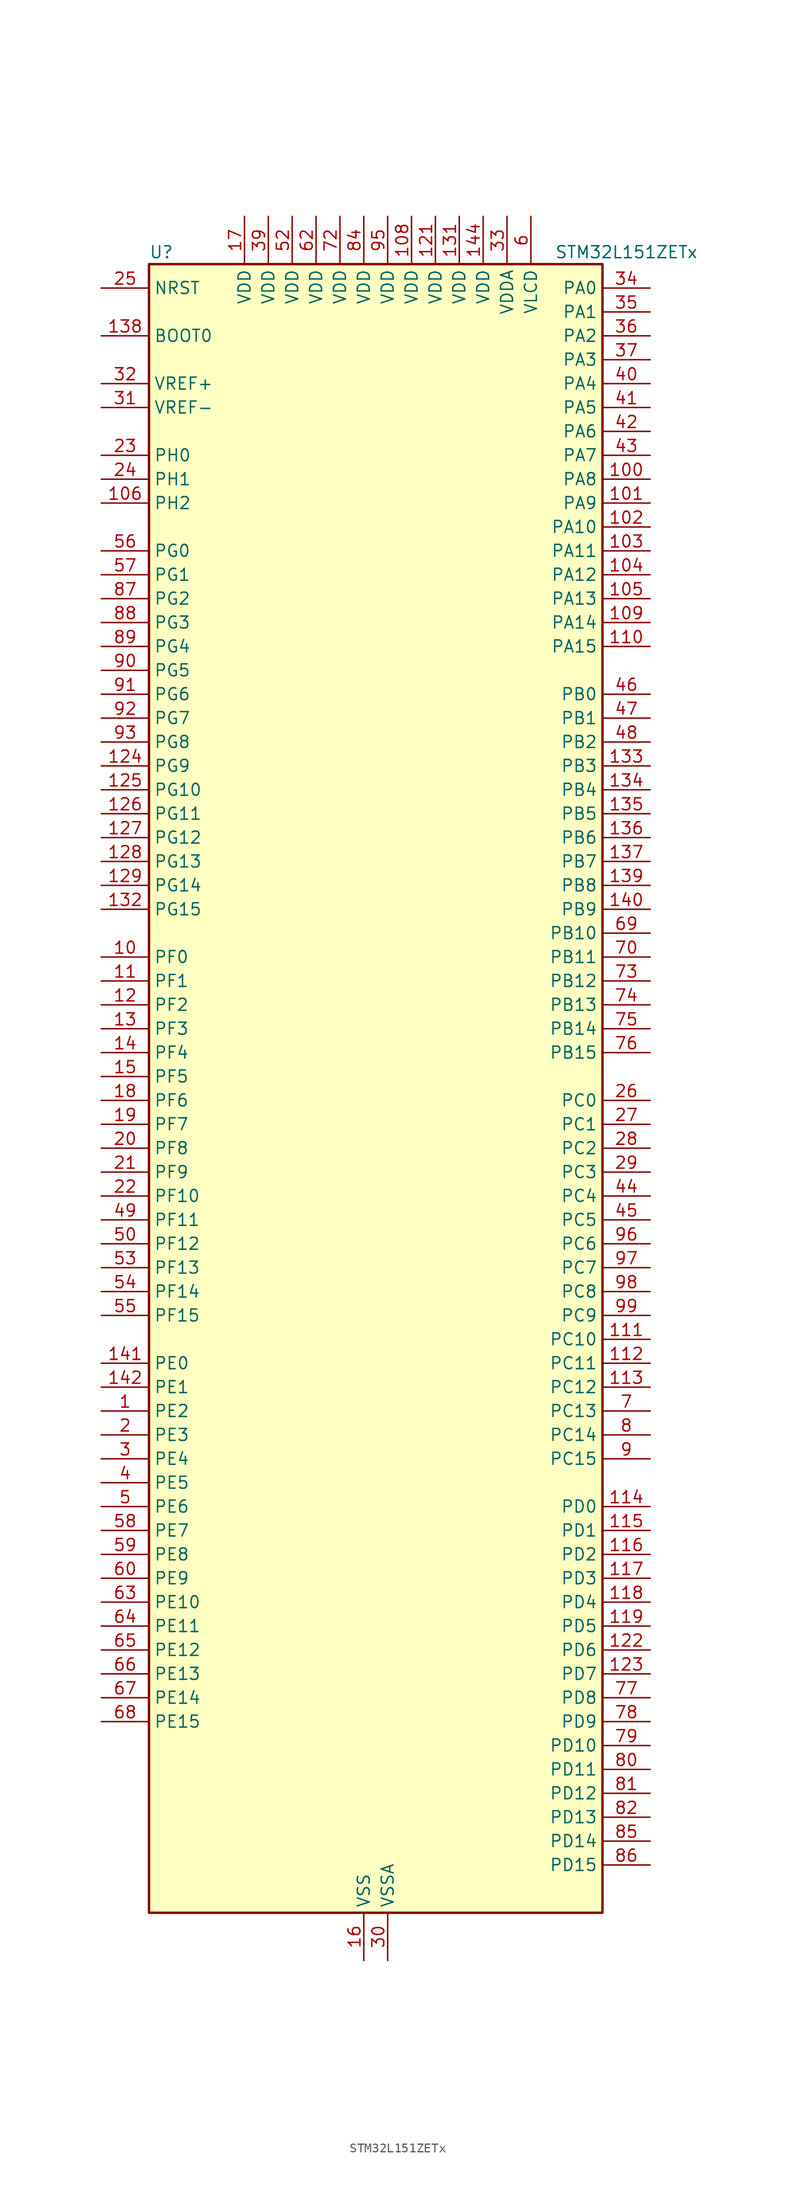
<source format=kicad_sym>
(kicad_symbol_lib
  (version 20220914)
  (generator kicad_symbol_editor)
  (symbol "STM32L151ZETx"
    (property "Reference" "U"
      (at -22.86 90.17 0)
      (effects (font (size 1.27 1.27)) (justify left)))
    (property "Value" "STM32L151ZETx"
      (at 20.32 90.17 0)
      (effects (font (size 1.27 1.27)) (justify left)))
    (property "ki_locked" ""
      (at 0 0 0)
      (effects (font (size 1.27 1.27))))
    (symbol "STM32L151ZETx_0_1"
      (rectangle (start -22.86 -86.36) (end 25.4 88.9) (stroke (width 0.254) (type default)) (fill (type background))))
    (symbol "STM32L151ZETx_1_1"
      (pin bidirectional line (at -27.94 -33.02 0) (length 5.08) (name "PE2" (effects (font (size 1.27 1.27)))) (number "1" (effects (font (size 1.27 1.27)))) (alternate "SYS_TRACECK" bidirectional line) (alternate "TIM3_ETR" bidirectional line) (alternate "TIMX_IC3" bidirectional line))
      (pin bidirectional line (at -27.94 15.24 0) (length 5.08) (name "PF0" (effects (font (size 1.27 1.27)))) (number "10" (effects (font (size 1.27 1.27)))))
      (pin bidirectional line (at 30.48 66.04 180) (length 5.08) (name "PA8" (effects (font (size 1.27 1.27)))) (number "100" (effects (font (size 1.27 1.27)))) (alternate "RCC_MCO" bidirectional line) (alternate "TIMX_IC1" bidirectional line) (alternate "TS_G4_IO1" bidirectional line) (alternate "USART1_CK" bidirectional line))
      (pin bidirectional line (at 30.48 63.5 180) (length 5.08) (name "PA9" (effects (font (size 1.27 1.27)))) (number "101" (effects (font (size 1.27 1.27)))) (alternate "DAC_EXTI9" bidirectional line) (alternate "TIMX_IC2" bidirectional line) (alternate "TS_G4_IO2" bidirectional line) (alternate "USART1_TX" bidirectional line))
      (pin bidirectional line (at 30.48 60.96 180) (length 5.08) (name "PA10" (effects (font (size 1.27 1.27)))) (number "102" (effects (font (size 1.27 1.27)))) (alternate "TIMX_IC3" bidirectional line) (alternate "TS_G4_IO3" bidirectional line) (alternate "USART1_RX" bidirectional line))
      (pin bidirectional line (at 30.48 58.42 180) (length 5.08) (name "PA11" (effects (font (size 1.27 1.27)))) (number "103" (effects (font (size 1.27 1.27)))) (alternate "ADC_EXTI11" bidirectional line) (alternate "SPI1_MISO" bidirectional line) (alternate "TIMX_IC4" bidirectional line) (alternate "USART1_CTS" bidirectional line) (alternate "USB_DM" bidirectional line))
      (pin bidirectional line (at 30.48 55.88 180) (length 5.08) (name "PA12" (effects (font (size 1.27 1.27)))) (number "104" (effects (font (size 1.27 1.27)))) (alternate "SPI1_MOSI" bidirectional line) (alternate "TIMX_IC1" bidirectional line) (alternate "USART1_RTS" bidirectional line) (alternate "USB_DP" bidirectional line))
      (pin bidirectional line (at 30.48 53.34 180) (length 5.08) (name "PA13" (effects (font (size 1.27 1.27)))) (number "105" (effects (font (size 1.27 1.27)))) (alternate "SYS_JTMS-SWDIO" bidirectional line) (alternate "TIMX_IC2" bidirectional line) (alternate "TS_G5_IO1" bidirectional line))
      (pin bidirectional line (at -27.94 63.5 0) (length 5.08) (name "PH2" (effects (font (size 1.27 1.27)))) (number "106" (effects (font (size 1.27 1.27)))))
      (pin passive line (at 0 -91.44 90) (length 5.08) hide (name "VSS" (effects (font (size 1.27 1.27)))) (number "107" (effects (font (size 1.27 1.27)))))
      (pin power_in line (at 5.08 93.98 270) (length 5.08) (name "VDD" (effects (font (size 1.27 1.27)))) (number "108" (effects (font (size 1.27 1.27)))))
      (pin bidirectional line (at 30.48 50.8 180) (length 5.08) (name "PA14" (effects (font (size 1.27 1.27)))) (number "109" (effects (font (size 1.27 1.27)))) (alternate "SYS_JTCK-SWCLK" bidirectional line) (alternate "TIMX_IC3" bidirectional line) (alternate "TS_G5_IO2" bidirectional line))
      (pin bidirectional line (at -27.94 12.7 0) (length 5.08) (name "PF1" (effects (font (size 1.27 1.27)))) (number "11" (effects (font (size 1.27 1.27)))))
      (pin bidirectional line (at 30.48 48.26 180) (length 5.08) (name "PA15" (effects (font (size 1.27 1.27)))) (number "110" (effects (font (size 1.27 1.27)))) (alternate "ADC_EXTI15" bidirectional line) (alternate "I2S3_WS" bidirectional line) (alternate "SPI1_NSS" bidirectional line) (alternate "SPI3_NSS" bidirectional line) (alternate "SYS_JTDI" bidirectional line) (alternate "TIM2_CH1" bidirectional line) (alternate "TIM2_ETR" bidirectional line) (alternate "TIMX_IC4" bidirectional line) (alternate "TS_G5_IO3" bidirectional line))
      (pin bidirectional line (at 30.48 -25.4 180) (length 5.08) (name "PC10" (effects (font (size 1.27 1.27)))) (number "111" (effects (font (size 1.27 1.27)))) (alternate "I2S3_CK" bidirectional line) (alternate "SPI3_SCK" bidirectional line) (alternate "TIMX_IC3" bidirectional line) (alternate "UART4_TX" bidirectional line) (alternate "USART3_TX" bidirectional line))
      (pin bidirectional line (at 30.48 -27.94 180) (length 5.08) (name "PC11" (effects (font (size 1.27 1.27)))) (number "112" (effects (font (size 1.27 1.27)))) (alternate "ADC_EXTI11" bidirectional line) (alternate "SPI3_MISO" bidirectional line) (alternate "TIMX_IC4" bidirectional line) (alternate "UART4_RX" bidirectional line) (alternate "USART3_RX" bidirectional line))
      (pin bidirectional line (at 30.48 -30.48 180) (length 5.08) (name "PC12" (effects (font (size 1.27 1.27)))) (number "113" (effects (font (size 1.27 1.27)))) (alternate "I2S3_SD" bidirectional line) (alternate "SPI3_MOSI" bidirectional line) (alternate "TIMX_IC1" bidirectional line) (alternate "UART5_TX" bidirectional line) (alternate "USART3_CK" bidirectional line))
      (pin bidirectional line (at 30.48 -43.18 180) (length 5.08) (name "PD0" (effects (font (size 1.27 1.27)))) (number "114" (effects (font (size 1.27 1.27)))) (alternate "I2S2_WS" bidirectional line) (alternate "SPI2_NSS" bidirectional line) (alternate "TIM9_CH1" bidirectional line) (alternate "TIMX_IC1" bidirectional line))
      (pin bidirectional line (at 30.48 -45.72 180) (length 5.08) (name "PD1" (effects (font (size 1.27 1.27)))) (number "115" (effects (font (size 1.27 1.27)))) (alternate "I2S2_CK" bidirectional line) (alternate "SPI2_SCK" bidirectional line) (alternate "TIMX_IC2" bidirectional line))
      (pin bidirectional line (at 30.48 -48.26 180) (length 5.08) (name "PD2" (effects (font (size 1.27 1.27)))) (number "116" (effects (font (size 1.27 1.27)))) (alternate "TIM3_ETR" bidirectional line) (alternate "TIMX_IC3" bidirectional line) (alternate "UART5_RX" bidirectional line))
      (pin bidirectional line (at 30.48 -50.8 180) (length 5.08) (name "PD3" (effects (font (size 1.27 1.27)))) (number "117" (effects (font (size 1.27 1.27)))) (alternate "SPI2_MISO" bidirectional line) (alternate "TIMX_IC4" bidirectional line) (alternate "USART2_CTS" bidirectional line))
      (pin bidirectional line (at 30.48 -53.34 180) (length 5.08) (name "PD4" (effects (font (size 1.27 1.27)))) (number "118" (effects (font (size 1.27 1.27)))) (alternate "I2S2_SD" bidirectional line) (alternate "SPI2_MOSI" bidirectional line) (alternate "TIMX_IC1" bidirectional line) (alternate "USART2_RTS" bidirectional line))
      (pin bidirectional line (at 30.48 -55.88 180) (length 5.08) (name "PD5" (effects (font (size 1.27 1.27)))) (number "119" (effects (font (size 1.27 1.27)))) (alternate "TIMX_IC2" bidirectional line) (alternate "USART2_TX" bidirectional line))
      (pin bidirectional line (at -27.94 10.16 0) (length 5.08) (name "PF2" (effects (font (size 1.27 1.27)))) (number "12" (effects (font (size 1.27 1.27)))))
      (pin passive line (at 0 -91.44 90) (length 5.08) hide (name "VSS" (effects (font (size 1.27 1.27)))) (number "120" (effects (font (size 1.27 1.27)))))
      (pin power_in line (at 7.62 93.98 270) (length 5.08) (name "VDD" (effects (font (size 1.27 1.27)))) (number "121" (effects (font (size 1.27 1.27)))))
      (pin bidirectional line (at 30.48 -58.42 180) (length 5.08) (name "PD6" (effects (font (size 1.27 1.27)))) (number "122" (effects (font (size 1.27 1.27)))) (alternate "TIMX_IC3" bidirectional line) (alternate "USART2_RX" bidirectional line))
      (pin bidirectional line (at 30.48 -60.96 180) (length 5.08) (name "PD7" (effects (font (size 1.27 1.27)))) (number "123" (effects (font (size 1.27 1.27)))) (alternate "TIM9_CH2" bidirectional line) (alternate "TIMX_IC4" bidirectional line) (alternate "USART2_CK" bidirectional line))
      (pin bidirectional line (at -27.94 35.56 0) (length 5.08) (name "PG9" (effects (font (size 1.27 1.27)))) (number "124" (effects (font (size 1.27 1.27)))) (alternate "DAC_EXTI9" bidirectional line))
      (pin bidirectional line (at -27.94 33.02 0) (length 5.08) (name "PG10" (effects (font (size 1.27 1.27)))) (number "125" (effects (font (size 1.27 1.27)))))
      (pin bidirectional line (at -27.94 30.48 0) (length 5.08) (name "PG11" (effects (font (size 1.27 1.27)))) (number "126" (effects (font (size 1.27 1.27)))) (alternate "ADC_EXTI11" bidirectional line))
      (pin bidirectional line (at -27.94 27.94 0) (length 5.08) (name "PG12" (effects (font (size 1.27 1.27)))) (number "127" (effects (font (size 1.27 1.27)))))
      (pin bidirectional line (at -27.94 25.4 0) (length 5.08) (name "PG13" (effects (font (size 1.27 1.27)))) (number "128" (effects (font (size 1.27 1.27)))))
      (pin bidirectional line (at -27.94 22.86 0) (length 5.08) (name "PG14" (effects (font (size 1.27 1.27)))) (number "129" (effects (font (size 1.27 1.27)))))
      (pin bidirectional line (at -27.94 7.62 0) (length 5.08) (name "PF3" (effects (font (size 1.27 1.27)))) (number "13" (effects (font (size 1.27 1.27)))))
      (pin passive line (at 0 -91.44 90) (length 5.08) hide (name "VSS" (effects (font (size 1.27 1.27)))) (number "130" (effects (font (size 1.27 1.27)))))
      (pin power_in line (at 10.16 93.98 270) (length 5.08) (name "VDD" (effects (font (size 1.27 1.27)))) (number "131" (effects (font (size 1.27 1.27)))))
      (pin bidirectional line (at -27.94 20.32 0) (length 5.08) (name "PG15" (effects (font (size 1.27 1.27)))) (number "132" (effects (font (size 1.27 1.27)))) (alternate "ADC_EXTI15" bidirectional line))
      (pin bidirectional line (at 30.48 35.56 180) (length 5.08) (name "PB3" (effects (font (size 1.27 1.27)))) (number "133" (effects (font (size 1.27 1.27)))) (alternate "COMP2_INM" bidirectional line) (alternate "I2S3_CK" bidirectional line) (alternate "SPI1_SCK" bidirectional line) (alternate "SPI3_SCK" bidirectional line) (alternate "SYS_JTDO-TRACESWO" bidirectional line) (alternate "TIM2_CH2" bidirectional line))
      (pin bidirectional line (at 30.48 33.02 180) (length 5.08) (name "PB4" (effects (font (size 1.27 1.27)))) (number "134" (effects (font (size 1.27 1.27)))) (alternate "COMP2_INP" bidirectional line) (alternate "SPI1_MISO" bidirectional line) (alternate "SPI3_MISO" bidirectional line) (alternate "SYS_JTRST" bidirectional line) (alternate "TIM3_CH1" bidirectional line) (alternate "TS_G6_IO1" bidirectional line))
      (pin bidirectional line (at 30.48 30.48 180) (length 5.08) (name "PB5" (effects (font (size 1.27 1.27)))) (number "135" (effects (font (size 1.27 1.27)))) (alternate "COMP2_INP" bidirectional line) (alternate "I2C1_SMBA" bidirectional line) (alternate "I2S3_SD" bidirectional line) (alternate "SPI1_MOSI" bidirectional line) (alternate "SPI3_MOSI" bidirectional line) (alternate "TIM3_CH2" bidirectional line) (alternate "TS_G6_IO2" bidirectional line))
      (pin bidirectional line (at 30.48 27.94 180) (length 5.08) (name "PB6" (effects (font (size 1.27 1.27)))) (number "136" (effects (font (size 1.27 1.27)))) (alternate "COMP2_INP" bidirectional line) (alternate "I2C1_SCL" bidirectional line) (alternate "TIM4_CH1" bidirectional line) (alternate "TS_G6_IO3" bidirectional line) (alternate "USART1_TX" bidirectional line))
      (pin bidirectional line (at 30.48 25.4 180) (length 5.08) (name "PB7" (effects (font (size 1.27 1.27)))) (number "137" (effects (font (size 1.27 1.27)))) (alternate "COMP2_INP" bidirectional line) (alternate "I2C1_SDA" bidirectional line) (alternate "SYS_PVD_IN" bidirectional line) (alternate "TIM4_CH2" bidirectional line) (alternate "TS_G6_IO4" bidirectional line) (alternate "USART1_RX" bidirectional line))
      (pin input line (at -27.94 81.28 0) (length 5.08) (name "BOOT0" (effects (font (size 1.27 1.27)))) (number "138" (effects (font (size 1.27 1.27)))))
      (pin bidirectional line (at 30.48 22.86 180) (length 5.08) (name "PB8" (effects (font (size 1.27 1.27)))) (number "139" (effects (font (size 1.27 1.27)))) (alternate "I2C1_SCL" bidirectional line) (alternate "TIM10_CH1" bidirectional line) (alternate "TIM4_CH3" bidirectional line))
      (pin bidirectional line (at -27.94 5.08 0) (length 5.08) (name "PF4" (effects (font (size 1.27 1.27)))) (number "14" (effects (font (size 1.27 1.27)))))
      (pin bidirectional line (at 30.48 20.32 180) (length 5.08) (name "PB9" (effects (font (size 1.27 1.27)))) (number "140" (effects (font (size 1.27 1.27)))) (alternate "DAC_EXTI9" bidirectional line) (alternate "I2C1_SDA" bidirectional line) (alternate "TIM11_CH1" bidirectional line) (alternate "TIM4_CH4" bidirectional line))
      (pin bidirectional line (at -27.94 -27.94 0) (length 5.08) (name "PE0" (effects (font (size 1.27 1.27)))) (number "141" (effects (font (size 1.27 1.27)))) (alternate "TIM10_CH1" bidirectional line) (alternate "TIM4_ETR" bidirectional line) (alternate "TIMX_IC1" bidirectional line))
      (pin bidirectional line (at -27.94 -30.48 0) (length 5.08) (name "PE1" (effects (font (size 1.27 1.27)))) (number "142" (effects (font (size 1.27 1.27)))) (alternate "TIM11_CH1" bidirectional line) (alternate "TIMX_IC2" bidirectional line))
      (pin passive line (at 0 -91.44 90) (length 5.08) hide (name "VSS" (effects (font (size 1.27 1.27)))) (number "143" (effects (font (size 1.27 1.27)))))
      (pin power_in line (at 12.7 93.98 270) (length 5.08) (name "VDD" (effects (font (size 1.27 1.27)))) (number "144" (effects (font (size 1.27 1.27)))))
      (pin bidirectional line (at -27.94 2.54 0) (length 5.08) (name "PF5" (effects (font (size 1.27 1.27)))) (number "15" (effects (font (size 1.27 1.27)))))
      (pin power_in line (at 0 -91.44 90) (length 5.08) (name "VSS" (effects (font (size 1.27 1.27)))) (number "16" (effects (font (size 1.27 1.27)))))
      (pin power_in line (at -12.7 93.98 270) (length 5.08) (name "VDD" (effects (font (size 1.27 1.27)))) (number "17" (effects (font (size 1.27 1.27)))))
      (pin bidirectional line (at -27.94 0 0) (length 5.08) (name "PF6" (effects (font (size 1.27 1.27)))) (number "18" (effects (font (size 1.27 1.27)))) (alternate "ADC_IN27" bidirectional line) (alternate "TIM5_CH1" bidirectional line) (alternate "TIM5_ETR" bidirectional line) (alternate "TS_G11_IO1" bidirectional line))
      (pin bidirectional line (at -27.94 -2.54 0) (length 5.08) (name "PF7" (effects (font (size 1.27 1.27)))) (number "19" (effects (font (size 1.27 1.27)))) (alternate "ADC_IN28" bidirectional line) (alternate "COMP1_INP" bidirectional line) (alternate "TIM5_CH2" bidirectional line) (alternate "TS_G11_IO2" bidirectional line))
      (pin bidirectional line (at -27.94 -35.56 0) (length 5.08) (name "PE3" (effects (font (size 1.27 1.27)))) (number "2" (effects (font (size 1.27 1.27)))) (alternate "SYS_TRACED0" bidirectional line) (alternate "TIM3_CH1" bidirectional line) (alternate "TIMX_IC4" bidirectional line))
      (pin bidirectional line (at -27.94 -5.08 0) (length 5.08) (name "PF8" (effects (font (size 1.27 1.27)))) (number "20" (effects (font (size 1.27 1.27)))) (alternate "ADC_IN29" bidirectional line) (alternate "COMP1_INP" bidirectional line) (alternate "TIM5_CH3" bidirectional line) (alternate "TS_G11_IO3" bidirectional line))
      (pin bidirectional line (at -27.94 -7.62 0) (length 5.08) (name "PF9" (effects (font (size 1.27 1.27)))) (number "21" (effects (font (size 1.27 1.27)))) (alternate "ADC_IN30" bidirectional line) (alternate "COMP1_INP" bidirectional line) (alternate "DAC_EXTI9" bidirectional line) (alternate "TIM5_CH4" bidirectional line) (alternate "TS_G11_IO4" bidirectional line))
      (pin bidirectional line (at -27.94 -10.16 0) (length 5.08) (name "PF10" (effects (font (size 1.27 1.27)))) (number "22" (effects (font (size 1.27 1.27)))) (alternate "ADC_IN31" bidirectional line) (alternate "COMP1_INP" bidirectional line) (alternate "TS_G11_IO5" bidirectional line))
      (pin bidirectional line (at -27.94 68.58 0) (length 5.08) (name "PH0" (effects (font (size 1.27 1.27)))) (number "23" (effects (font (size 1.27 1.27)))) (alternate "RCC_OSC_IN" bidirectional line))
      (pin bidirectional line (at -27.94 66.04 0) (length 5.08) (name "PH1" (effects (font (size 1.27 1.27)))) (number "24" (effects (font (size 1.27 1.27)))) (alternate "RCC_OSC_OUT" bidirectional line))
      (pin input line (at -27.94 86.36 0) (length 5.08) (name "NRST" (effects (font (size 1.27 1.27)))) (number "25" (effects (font (size 1.27 1.27)))))
      (pin bidirectional line (at 30.48 0 180) (length 5.08) (name "PC0" (effects (font (size 1.27 1.27)))) (number "26" (effects (font (size 1.27 1.27)))) (alternate "ADC_IN10" bidirectional line) (alternate "COMP1_INP" bidirectional line) (alternate "TIMX_IC1" bidirectional line) (alternate "TS_G8_IO1" bidirectional line))
      (pin bidirectional line (at 30.48 -2.54 180) (length 5.08) (name "PC1" (effects (font (size 1.27 1.27)))) (number "27" (effects (font (size 1.27 1.27)))) (alternate "ADC_IN11" bidirectional line) (alternate "COMP1_INP" bidirectional line) (alternate "TIMX_IC2" bidirectional line) (alternate "TS_G8_IO2" bidirectional line))
      (pin bidirectional line (at 30.48 -5.08 180) (length 5.08) (name "PC2" (effects (font (size 1.27 1.27)))) (number "28" (effects (font (size 1.27 1.27)))) (alternate "ADC_IN12" bidirectional line) (alternate "COMP1_INP" bidirectional line) (alternate "TIMX_IC3" bidirectional line) (alternate "TS_G8_IO3" bidirectional line))
      (pin bidirectional line (at 30.48 -7.62 180) (length 5.08) (name "PC3" (effects (font (size 1.27 1.27)))) (number "29" (effects (font (size 1.27 1.27)))) (alternate "ADC_IN13" bidirectional line) (alternate "COMP1_INP" bidirectional line) (alternate "TIMX_IC4" bidirectional line) (alternate "TS_G8_IO4" bidirectional line))
      (pin bidirectional line (at -27.94 -38.1 0) (length 5.08) (name "PE4" (effects (font (size 1.27 1.27)))) (number "3" (effects (font (size 1.27 1.27)))) (alternate "SYS_TRACED1" bidirectional line) (alternate "TIM3_CH2" bidirectional line) (alternate "TIMX_IC1" bidirectional line))
      (pin power_in line (at 2.54 -91.44 90) (length 5.08) (name "VSSA" (effects (font (size 1.27 1.27)))) (number "30" (effects (font (size 1.27 1.27)))))
      (pin input line (at -27.94 73.66 0) (length 5.08) (name "VREF-" (effects (font (size 1.27 1.27)))) (number "31" (effects (font (size 1.27 1.27)))))
      (pin input line (at -27.94 76.2 0) (length 5.08) (name "VREF+" (effects (font (size 1.27 1.27)))) (number "32" (effects (font (size 1.27 1.27)))))
      (pin power_in line (at 15.24 93.98 270) (length 5.08) (name "VDDA" (effects (font (size 1.27 1.27)))) (number "33" (effects (font (size 1.27 1.27)))))
      (pin bidirectional line (at 30.48 86.36 180) (length 5.08) (name "PA0" (effects (font (size 1.27 1.27)))) (number "34" (effects (font (size 1.27 1.27)))) (alternate "ADC_IN0" bidirectional line) (alternate "COMP1_INP" bidirectional line) (alternate "RTC_TAMP2" bidirectional line) (alternate "SYS_WKUP1" bidirectional line) (alternate "TIM2_CH1" bidirectional line) (alternate "TIM2_ETR" bidirectional line) (alternate "TIM5_CH1" bidirectional line) (alternate "TIMX_IC1" bidirectional line) (alternate "TS_G1_IO1" bidirectional line) (alternate "USART2_CTS" bidirectional line))
      (pin bidirectional line (at 30.48 83.82 180) (length 5.08) (name "PA1" (effects (font (size 1.27 1.27)))) (number "35" (effects (font (size 1.27 1.27)))) (alternate "ADC_IN1" bidirectional line) (alternate "COMP1_INP" bidirectional line) (alternate "OPAMP1_VINP" bidirectional line) (alternate "TIM2_CH2" bidirectional line) (alternate "TIM5_CH2" bidirectional line) (alternate "TIMX_IC2" bidirectional line) (alternate "TS_G1_IO2" bidirectional line) (alternate "USART2_RTS" bidirectional line))
      (pin bidirectional line (at 30.48 81.28 180) (length 5.08) (name "PA2" (effects (font (size 1.27 1.27)))) (number "36" (effects (font (size 1.27 1.27)))) (alternate "ADC_IN2" bidirectional line) (alternate "COMP1_INP" bidirectional line) (alternate "OPAMP1_VINM" bidirectional line) (alternate "TIM2_CH3" bidirectional line) (alternate "TIM5_CH3" bidirectional line) (alternate "TIM9_CH1" bidirectional line) (alternate "TIMX_IC3" bidirectional line) (alternate "TS_G1_IO3" bidirectional line) (alternate "USART2_TX" bidirectional line))
      (pin bidirectional line (at 30.48 78.74 180) (length 5.08) (name "PA3" (effects (font (size 1.27 1.27)))) (number "37" (effects (font (size 1.27 1.27)))) (alternate "ADC_IN3" bidirectional line) (alternate "COMP1_INP" bidirectional line) (alternate "OPAMP1_VOUT" bidirectional line) (alternate "TIM2_CH4" bidirectional line) (alternate "TIM5_CH4" bidirectional line) (alternate "TIM9_CH2" bidirectional line) (alternate "TIMX_IC4" bidirectional line) (alternate "TS_G1_IO4" bidirectional line) (alternate "USART2_RX" bidirectional line))
      (pin passive line (at 0 -91.44 90) (length 5.08) hide (name "VSS" (effects (font (size 1.27 1.27)))) (number "38" (effects (font (size 1.27 1.27)))))
      (pin power_in line (at -10.16 93.98 270) (length 5.08) (name "VDD" (effects (font (size 1.27 1.27)))) (number "39" (effects (font (size 1.27 1.27)))))
      (pin bidirectional line (at -27.94 -40.64 0) (length 5.08) (name "PE5" (effects (font (size 1.27 1.27)))) (number "4" (effects (font (size 1.27 1.27)))) (alternate "SYS_TRACED2" bidirectional line) (alternate "TIM9_CH1" bidirectional line) (alternate "TIMX_IC2" bidirectional line))
      (pin bidirectional line (at 30.48 76.2 180) (length 5.08) (name "PA4" (effects (font (size 1.27 1.27)))) (number "40" (effects (font (size 1.27 1.27)))) (alternate "ADC_IN4" bidirectional line) (alternate "COMP1_INP" bidirectional line) (alternate "DAC_OUT1" bidirectional line) (alternate "I2S3_WS" bidirectional line) (alternate "SPI1_NSS" bidirectional line) (alternate "SPI3_NSS" bidirectional line) (alternate "TIMX_IC1" bidirectional line) (alternate "USART2_CK" bidirectional line))
      (pin bidirectional line (at 30.48 73.66 180) (length 5.08) (name "PA5" (effects (font (size 1.27 1.27)))) (number "41" (effects (font (size 1.27 1.27)))) (alternate "ADC_IN5" bidirectional line) (alternate "COMP1_INP" bidirectional line) (alternate "DAC_OUT2" bidirectional line) (alternate "SPI1_SCK" bidirectional line) (alternate "TIM2_CH1" bidirectional line) (alternate "TIM2_ETR" bidirectional line) (alternate "TIMX_IC2" bidirectional line))
      (pin bidirectional line (at 30.48 71.12 180) (length 5.08) (name "PA6" (effects (font (size 1.27 1.27)))) (number "42" (effects (font (size 1.27 1.27)))) (alternate "ADC_IN6" bidirectional line) (alternate "COMP1_INP" bidirectional line) (alternate "OPAMP2_VINP" bidirectional line) (alternate "SPI1_MISO" bidirectional line) (alternate "TIM10_CH1" bidirectional line) (alternate "TIM3_CH1" bidirectional line) (alternate "TIMX_IC3" bidirectional line) (alternate "TS_G2_IO1" bidirectional line))
      (pin bidirectional line (at 30.48 68.58 180) (length 5.08) (name "PA7" (effects (font (size 1.27 1.27)))) (number "43" (effects (font (size 1.27 1.27)))) (alternate "ADC_IN7" bidirectional line) (alternate "COMP1_INP" bidirectional line) (alternate "OPAMP2_VINM" bidirectional line) (alternate "SPI1_MOSI" bidirectional line) (alternate "TIM11_CH1" bidirectional line) (alternate "TIM3_CH2" bidirectional line) (alternate "TIMX_IC4" bidirectional line) (alternate "TS_G2_IO2" bidirectional line))
      (pin bidirectional line (at 30.48 -10.16 180) (length 5.08) (name "PC4" (effects (font (size 1.27 1.27)))) (number "44" (effects (font (size 1.27 1.27)))) (alternate "ADC_IN14" bidirectional line) (alternate "COMP1_INP" bidirectional line) (alternate "TIMX_IC1" bidirectional line) (alternate "TS_G9_IO1" bidirectional line))
      (pin bidirectional line (at 30.48 -12.7 180) (length 5.08) (name "PC5" (effects (font (size 1.27 1.27)))) (number "45" (effects (font (size 1.27 1.27)))) (alternate "ADC_IN15" bidirectional line) (alternate "COMP1_INP" bidirectional line) (alternate "TIMX_IC2" bidirectional line) (alternate "TS_G9_IO2" bidirectional line))
      (pin bidirectional line (at 30.48 43.18 180) (length 5.08) (name "PB0" (effects (font (size 1.27 1.27)))) (number "46" (effects (font (size 1.27 1.27)))) (alternate "ADC_IN8" bidirectional line) (alternate "COMP1_INP" bidirectional line) (alternate "OPAMP2_VOUT" bidirectional line) (alternate "SYS_V_REF_OUT" bidirectional line) (alternate "TIM3_CH3" bidirectional line) (alternate "TS_G3_IO1" bidirectional line))
      (pin bidirectional line (at 30.48 40.64 180) (length 5.08) (name "PB1" (effects (font (size 1.27 1.27)))) (number "47" (effects (font (size 1.27 1.27)))) (alternate "ADC_IN9" bidirectional line) (alternate "COMP1_INP" bidirectional line) (alternate "SYS_V_REF_OUT" bidirectional line) (alternate "TIM3_CH4" bidirectional line) (alternate "TS_G3_IO2" bidirectional line))
      (pin bidirectional line (at 30.48 38.1 180) (length 5.08) (name "PB2" (effects (font (size 1.27 1.27)))) (number "48" (effects (font (size 1.27 1.27)))) (alternate "ADC_IN0b" bidirectional line) (alternate "TS_G3_IO3" bidirectional line))
      (pin bidirectional line (at -27.94 -12.7 0) (length 5.08) (name "PF11" (effects (font (size 1.27 1.27)))) (number "49" (effects (font (size 1.27 1.27)))) (alternate "ADC_EXTI11" bidirectional line) (alternate "ADC_IN1b" bidirectional line) (alternate "TS_G3_IO4" bidirectional line))
      (pin bidirectional line (at -27.94 -43.18 0) (length 5.08) (name "PE6" (effects (font (size 1.27 1.27)))) (number "5" (effects (font (size 1.27 1.27)))) (alternate "RTC_TAMP3" bidirectional line) (alternate "SYS_TRACED3" bidirectional line) (alternate "SYS_WKUP3" bidirectional line) (alternate "TIM9_CH2" bidirectional line) (alternate "TIMX_IC3" bidirectional line))
      (pin bidirectional line (at -27.94 -15.24 0) (length 5.08) (name "PF12" (effects (font (size 1.27 1.27)))) (number "50" (effects (font (size 1.27 1.27)))) (alternate "ADC_IN2b" bidirectional line) (alternate "TS_G3_IO5" bidirectional line))
      (pin passive line (at 0 -91.44 90) (length 5.08) hide (name "VSS" (effects (font (size 1.27 1.27)))) (number "51" (effects (font (size 1.27 1.27)))))
      (pin power_in line (at -7.62 93.98 270) (length 5.08) (name "VDD" (effects (font (size 1.27 1.27)))) (number "52" (effects (font (size 1.27 1.27)))))
      (pin bidirectional line (at -27.94 -17.78 0) (length 5.08) (name "PF13" (effects (font (size 1.27 1.27)))) (number "53" (effects (font (size 1.27 1.27)))) (alternate "ADC_IN3b" bidirectional line) (alternate "TS_G9_IO3" bidirectional line))
      (pin bidirectional line (at -27.94 -20.32 0) (length 5.08) (name "PF14" (effects (font (size 1.27 1.27)))) (number "54" (effects (font (size 1.27 1.27)))) (alternate "ADC_IN6b" bidirectional line) (alternate "TS_G9_IO4" bidirectional line))
      (pin bidirectional line (at -27.94 -22.86 0) (length 5.08) (name "PF15" (effects (font (size 1.27 1.27)))) (number "55" (effects (font (size 1.27 1.27)))) (alternate "ADC_EXTI15" bidirectional line) (alternate "ADC_IN7b" bidirectional line) (alternate "TS_G2_IO3" bidirectional line))
      (pin bidirectional line (at -27.94 58.42 0) (length 5.08) (name "PG0" (effects (font (size 1.27 1.27)))) (number "56" (effects (font (size 1.27 1.27)))) (alternate "ADC_IN8b" bidirectional line) (alternate "TS_G2_IO4" bidirectional line))
      (pin bidirectional line (at -27.94 55.88 0) (length 5.08) (name "PG1" (effects (font (size 1.27 1.27)))) (number "57" (effects (font (size 1.27 1.27)))) (alternate "ADC_IN9b" bidirectional line) (alternate "TS_G2_IO5" bidirectional line))
      (pin bidirectional line (at -27.94 -45.72 0) (length 5.08) (name "PE7" (effects (font (size 1.27 1.27)))) (number "58" (effects (font (size 1.27 1.27)))) (alternate "ADC_IN22" bidirectional line) (alternate "COMP1_INP" bidirectional line) (alternate "TIMX_IC4" bidirectional line))
      (pin bidirectional line (at -27.94 -48.26 0) (length 5.08) (name "PE8" (effects (font (size 1.27 1.27)))) (number "59" (effects (font (size 1.27 1.27)))) (alternate "ADC_IN23" bidirectional line) (alternate "COMP1_INP" bidirectional line) (alternate "TIMX_IC1" bidirectional line))
      (pin power_in line (at 17.78 93.98 270) (length 5.08) (name "VLCD" (effects (font (size 1.27 1.27)))) (number "6" (effects (font (size 1.27 1.27)))))
      (pin bidirectional line (at -27.94 -50.8 0) (length 5.08) (name "PE9" (effects (font (size 1.27 1.27)))) (number "60" (effects (font (size 1.27 1.27)))) (alternate "ADC_IN24" bidirectional line) (alternate "COMP1_INP" bidirectional line) (alternate "DAC_EXTI9" bidirectional line) (alternate "TIM2_CH1" bidirectional line) (alternate "TIM2_ETR" bidirectional line) (alternate "TIMX_IC2" bidirectional line))
      (pin passive line (at 0 -91.44 90) (length 5.08) hide (name "VSS" (effects (font (size 1.27 1.27)))) (number "61" (effects (font (size 1.27 1.27)))))
      (pin power_in line (at -5.08 93.98 270) (length 5.08) (name "VDD" (effects (font (size 1.27 1.27)))) (number "62" (effects (font (size 1.27 1.27)))))
      (pin bidirectional line (at -27.94 -53.34 0) (length 5.08) (name "PE10" (effects (font (size 1.27 1.27)))) (number "63" (effects (font (size 1.27 1.27)))) (alternate "ADC_IN25" bidirectional line) (alternate "COMP1_INP" bidirectional line) (alternate "TIM2_CH2" bidirectional line) (alternate "TIMX_IC3" bidirectional line))
      (pin bidirectional line (at -27.94 -55.88 0) (length 5.08) (name "PE11" (effects (font (size 1.27 1.27)))) (number "64" (effects (font (size 1.27 1.27)))) (alternate "ADC_EXTI11" bidirectional line) (alternate "TIM2_CH3" bidirectional line) (alternate "TIMX_IC4" bidirectional line))
      (pin bidirectional line (at -27.94 -58.42 0) (length 5.08) (name "PE12" (effects (font (size 1.27 1.27)))) (number "65" (effects (font (size 1.27 1.27)))) (alternate "SPI1_NSS" bidirectional line) (alternate "TIM2_CH4" bidirectional line) (alternate "TIMX_IC1" bidirectional line))
      (pin bidirectional line (at -27.94 -60.96 0) (length 5.08) (name "PE13" (effects (font (size 1.27 1.27)))) (number "66" (effects (font (size 1.27 1.27)))) (alternate "SPI1_SCK" bidirectional line) (alternate "TIMX_IC2" bidirectional line))
      (pin bidirectional line (at -27.94 -63.5 0) (length 5.08) (name "PE14" (effects (font (size 1.27 1.27)))) (number "67" (effects (font (size 1.27 1.27)))) (alternate "SPI1_MISO" bidirectional line) (alternate "TIMX_IC3" bidirectional line))
      (pin bidirectional line (at -27.94 -66.04 0) (length 5.08) (name "PE15" (effects (font (size 1.27 1.27)))) (number "68" (effects (font (size 1.27 1.27)))) (alternate "ADC_EXTI15" bidirectional line) (alternate "SPI1_MOSI" bidirectional line) (alternate "TIMX_IC4" bidirectional line))
      (pin bidirectional line (at 30.48 17.78 180) (length 5.08) (name "PB10" (effects (font (size 1.27 1.27)))) (number "69" (effects (font (size 1.27 1.27)))) (alternate "I2C2_SCL" bidirectional line) (alternate "TIM2_CH3" bidirectional line) (alternate "USART3_TX" bidirectional line))
      (pin bidirectional line (at 30.48 -33.02 180) (length 5.08) (name "PC13" (effects (font (size 1.27 1.27)))) (number "7" (effects (font (size 1.27 1.27)))) (alternate "RTC_OUT_ALARM" bidirectional line) (alternate "RTC_OUT_CALIB" bidirectional line) (alternate "RTC_TAMP1" bidirectional line) (alternate "RTC_TS" bidirectional line) (alternate "SYS_WKUP2" bidirectional line) (alternate "TIMX_IC2" bidirectional line))
      (pin bidirectional line (at 30.48 15.24 180) (length 5.08) (name "PB11" (effects (font (size 1.27 1.27)))) (number "70" (effects (font (size 1.27 1.27)))) (alternate "ADC_EXTI11" bidirectional line) (alternate "I2C2_SDA" bidirectional line) (alternate "TIM2_CH4" bidirectional line) (alternate "USART3_RX" bidirectional line))
      (pin passive line (at 0 -91.44 90) (length 5.08) hide (name "VSS" (effects (font (size 1.27 1.27)))) (number "71" (effects (font (size 1.27 1.27)))))
      (pin power_in line (at -2.54 93.98 270) (length 5.08) (name "VDD" (effects (font (size 1.27 1.27)))) (number "72" (effects (font (size 1.27 1.27)))))
      (pin bidirectional line (at 30.48 12.7 180) (length 5.08) (name "PB12" (effects (font (size 1.27 1.27)))) (number "73" (effects (font (size 1.27 1.27)))) (alternate "ADC_IN18" bidirectional line) (alternate "COMP1_INP" bidirectional line) (alternate "I2C2_SMBA" bidirectional line) (alternate "I2S2_WS" bidirectional line) (alternate "SPI2_NSS" bidirectional line) (alternate "TIM10_CH1" bidirectional line) (alternate "TS_G7_IO1" bidirectional line) (alternate "USART3_CK" bidirectional line))
      (pin bidirectional line (at 30.48 10.16 180) (length 5.08) (name "PB13" (effects (font (size 1.27 1.27)))) (number "74" (effects (font (size 1.27 1.27)))) (alternate "ADC_IN19" bidirectional line) (alternate "COMP1_INP" bidirectional line) (alternate "I2S2_CK" bidirectional line) (alternate "SPI2_SCK" bidirectional line) (alternate "TIM9_CH1" bidirectional line) (alternate "TS_G7_IO2" bidirectional line) (alternate "USART3_CTS" bidirectional line))
      (pin bidirectional line (at 30.48 7.62 180) (length 5.08) (name "PB14" (effects (font (size 1.27 1.27)))) (number "75" (effects (font (size 1.27 1.27)))) (alternate "ADC_IN20" bidirectional line) (alternate "COMP1_INP" bidirectional line) (alternate "SPI2_MISO" bidirectional line) (alternate "TIM9_CH2" bidirectional line) (alternate "TS_G7_IO3" bidirectional line) (alternate "USART3_RTS" bidirectional line))
      (pin bidirectional line (at 30.48 5.08 180) (length 5.08) (name "PB15" (effects (font (size 1.27 1.27)))) (number "76" (effects (font (size 1.27 1.27)))) (alternate "ADC_EXTI15" bidirectional line) (alternate "ADC_IN21" bidirectional line) (alternate "COMP1_INP" bidirectional line) (alternate "I2S2_SD" bidirectional line) (alternate "RTC_REFIN" bidirectional line) (alternate "SPI2_MOSI" bidirectional line) (alternate "TIM11_CH1" bidirectional line) (alternate "TS_G7_IO4" bidirectional line))
      (pin bidirectional line (at 30.48 -63.5 180) (length 5.08) (name "PD8" (effects (font (size 1.27 1.27)))) (number "77" (effects (font (size 1.27 1.27)))) (alternate "TIMX_IC1" bidirectional line) (alternate "USART3_TX" bidirectional line))
      (pin bidirectional line (at 30.48 -66.04 180) (length 5.08) (name "PD9" (effects (font (size 1.27 1.27)))) (number "78" (effects (font (size 1.27 1.27)))) (alternate "DAC_EXTI9" bidirectional line) (alternate "TIMX_IC2" bidirectional line) (alternate "USART3_RX" bidirectional line))
      (pin bidirectional line (at 30.48 -68.58 180) (length 5.08) (name "PD10" (effects (font (size 1.27 1.27)))) (number "79" (effects (font (size 1.27 1.27)))) (alternate "TIMX_IC3" bidirectional line) (alternate "USART3_CK" bidirectional line))
      (pin bidirectional line (at 30.48 -35.56 180) (length 5.08) (name "PC14" (effects (font (size 1.27 1.27)))) (number "8" (effects (font (size 1.27 1.27)))) (alternate "RCC_OSC32_IN" bidirectional line) (alternate "TIMX_IC3" bidirectional line))
      (pin bidirectional line (at 30.48 -71.12 180) (length 5.08) (name "PD11" (effects (font (size 1.27 1.27)))) (number "80" (effects (font (size 1.27 1.27)))) (alternate "ADC_EXTI11" bidirectional line) (alternate "TIMX_IC4" bidirectional line) (alternate "USART3_CTS" bidirectional line))
      (pin bidirectional line (at 30.48 -73.66 180) (length 5.08) (name "PD12" (effects (font (size 1.27 1.27)))) (number "81" (effects (font (size 1.27 1.27)))) (alternate "TIM4_CH1" bidirectional line) (alternate "TIMX_IC1" bidirectional line) (alternate "USART3_RTS" bidirectional line))
      (pin bidirectional line (at 30.48 -76.2 180) (length 5.08) (name "PD13" (effects (font (size 1.27 1.27)))) (number "82" (effects (font (size 1.27 1.27)))) (alternate "TIM4_CH2" bidirectional line) (alternate "TIMX_IC2" bidirectional line))
      (pin passive line (at 0 -91.44 90) (length 5.08) hide (name "VSS" (effects (font (size 1.27 1.27)))) (number "83" (effects (font (size 1.27 1.27)))))
      (pin power_in line (at 0 93.98 270) (length 5.08) (name "VDD" (effects (font (size 1.27 1.27)))) (number "84" (effects (font (size 1.27 1.27)))))
      (pin bidirectional line (at 30.48 -78.74 180) (length 5.08) (name "PD14" (effects (font (size 1.27 1.27)))) (number "85" (effects (font (size 1.27 1.27)))) (alternate "TIM4_CH3" bidirectional line) (alternate "TIMX_IC3" bidirectional line))
      (pin bidirectional line (at 30.48 -81.28 180) (length 5.08) (name "PD15" (effects (font (size 1.27 1.27)))) (number "86" (effects (font (size 1.27 1.27)))) (alternate "ADC_EXTI15" bidirectional line) (alternate "TIM4_CH4" bidirectional line) (alternate "TIMX_IC4" bidirectional line))
      (pin bidirectional line (at -27.94 53.34 0) (length 5.08) (name "PG2" (effects (font (size 1.27 1.27)))) (number "87" (effects (font (size 1.27 1.27)))) (alternate "ADC_IN10b" bidirectional line) (alternate "TS_G7_IO5" bidirectional line))
      (pin bidirectional line (at -27.94 50.8 0) (length 5.08) (name "PG3" (effects (font (size 1.27 1.27)))) (number "88" (effects (font (size 1.27 1.27)))) (alternate "ADC_IN11b" bidirectional line) (alternate "TS_G7_IO6" bidirectional line))
      (pin bidirectional line (at -27.94 48.26 0) (length 5.08) (name "PG4" (effects (font (size 1.27 1.27)))) (number "89" (effects (font (size 1.27 1.27)))) (alternate "ADC_IN12b" bidirectional line) (alternate "TS_G7_IO7" bidirectional line))
      (pin bidirectional line (at 30.48 -38.1 180) (length 5.08) (name "PC15" (effects (font (size 1.27 1.27)))) (number "9" (effects (font (size 1.27 1.27)))) (alternate "ADC_EXTI15" bidirectional line) (alternate "RCC_OSC32_OUT" bidirectional line) (alternate "TIMX_IC4" bidirectional line))
      (pin bidirectional line (at -27.94 45.72 0) (length 5.08) (name "PG5" (effects (font (size 1.27 1.27)))) (number "90" (effects (font (size 1.27 1.27)))))
      (pin bidirectional line (at -27.94 43.18 0) (length 5.08) (name "PG6" (effects (font (size 1.27 1.27)))) (number "91" (effects (font (size 1.27 1.27)))))
      (pin bidirectional line (at -27.94 40.64 0) (length 5.08) (name "PG7" (effects (font (size 1.27 1.27)))) (number "92" (effects (font (size 1.27 1.27)))))
      (pin bidirectional line (at -27.94 38.1 0) (length 5.08) (name "PG8" (effects (font (size 1.27 1.27)))) (number "93" (effects (font (size 1.27 1.27)))))
      (pin passive line (at 0 -91.44 90) (length 5.08) hide (name "VSS" (effects (font (size 1.27 1.27)))) (number "94" (effects (font (size 1.27 1.27)))))
      (pin power_in line (at 2.54 93.98 270) (length 5.08) (name "VDD" (effects (font (size 1.27 1.27)))) (number "95" (effects (font (size 1.27 1.27)))))
      (pin bidirectional line (at 30.48 -15.24 180) (length 5.08) (name "PC6" (effects (font (size 1.27 1.27)))) (number "96" (effects (font (size 1.27 1.27)))) (alternate "I2S2_MCK" bidirectional line) (alternate "TIM3_CH1" bidirectional line) (alternate "TIMX_IC3" bidirectional line) (alternate "TS_G10_IO1" bidirectional line))
      (pin bidirectional line (at 30.48 -17.78 180) (length 5.08) (name "PC7" (effects (font (size 1.27 1.27)))) (number "97" (effects (font (size 1.27 1.27)))) (alternate "I2S3_MCK" bidirectional line) (alternate "TIM3_CH2" bidirectional line) (alternate "TIMX_IC4" bidirectional line) (alternate "TS_G10_IO2" bidirectional line))
      (pin bidirectional line (at 30.48 -20.32 180) (length 5.08) (name "PC8" (effects (font (size 1.27 1.27)))) (number "98" (effects (font (size 1.27 1.27)))) (alternate "TIM3_CH3" bidirectional line) (alternate "TIMX_IC1" bidirectional line) (alternate "TS_G10_IO3" bidirectional line))
      (pin bidirectional line (at 30.48 -22.86 180) (length 5.08) (name "PC9" (effects (font (size 1.27 1.27)))) (number "99" (effects (font (size 1.27 1.27)))) (alternate "DAC_EXTI9" bidirectional line) (alternate "TIM3_CH4" bidirectional line) (alternate "TIMX_IC2" bidirectional line) (alternate "TS_G10_IO4" bidirectional line)))))
</source>
